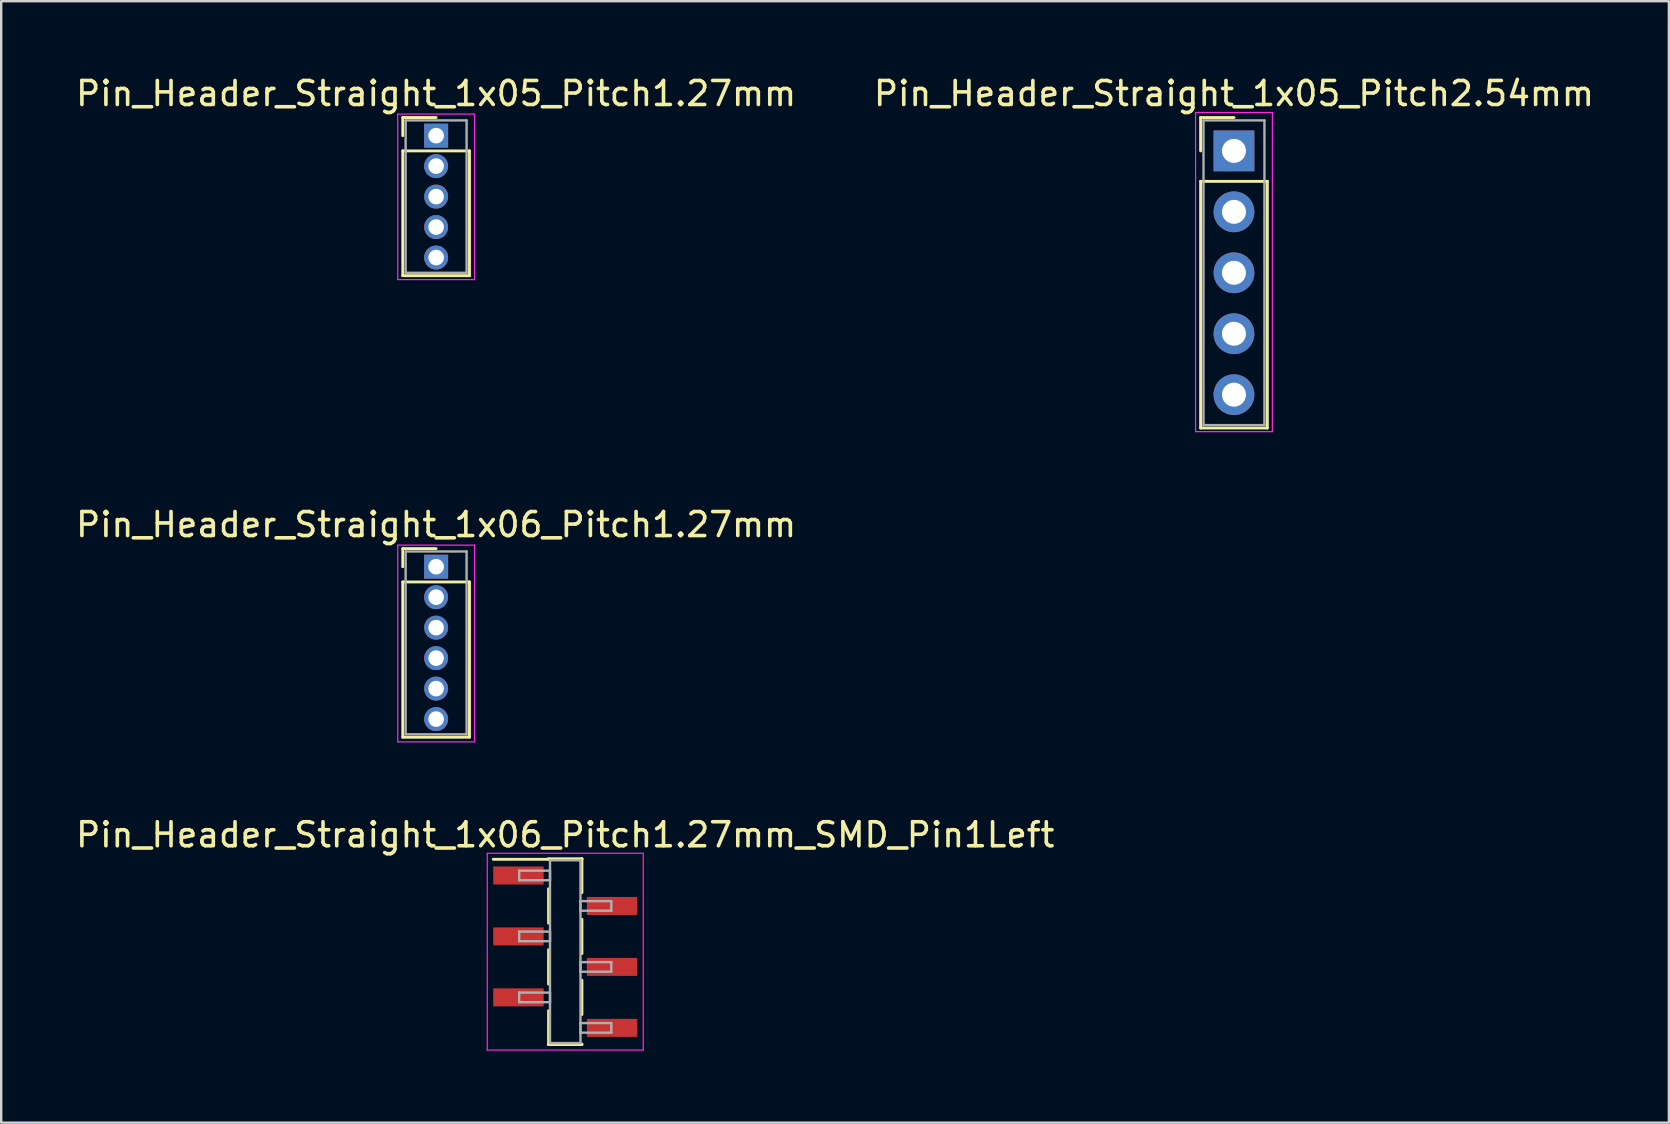
<source format=kicad_pcb>
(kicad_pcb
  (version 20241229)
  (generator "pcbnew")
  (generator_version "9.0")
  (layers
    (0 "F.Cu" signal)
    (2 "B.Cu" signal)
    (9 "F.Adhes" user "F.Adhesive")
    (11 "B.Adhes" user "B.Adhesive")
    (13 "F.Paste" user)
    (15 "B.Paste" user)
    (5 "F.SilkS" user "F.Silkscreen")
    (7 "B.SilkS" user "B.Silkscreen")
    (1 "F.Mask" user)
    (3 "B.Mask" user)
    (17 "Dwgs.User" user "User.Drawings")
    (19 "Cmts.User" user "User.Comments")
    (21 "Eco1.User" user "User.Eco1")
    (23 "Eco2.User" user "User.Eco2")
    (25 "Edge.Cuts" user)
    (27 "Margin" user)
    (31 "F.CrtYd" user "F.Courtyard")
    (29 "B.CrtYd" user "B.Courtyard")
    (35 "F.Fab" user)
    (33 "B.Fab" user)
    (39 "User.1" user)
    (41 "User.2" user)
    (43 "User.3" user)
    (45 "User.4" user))
  (footprint "Pin_Header_Straight_1x05_Pitch2.54mm"
    (layer "F.Cu")
    (at 48.375 3.238)
    (property "Reference" "Pin_Header_Straight_1x05_Pitch2.54mm" (at 0 -2.39 0) (layer "F.SilkS") (effects (font (size 1 1) (thickness 0.15))))
    (attr through_hole)
    (fp_line (start -1.39 -1.39) (end 0 -1.39) (stroke (width 0.12) (type solid)) (layer "F.SilkS"))
    (fp_line (start -1.39 0) (end -1.39 -1.39) (stroke (width 0.12) (type solid)) (layer "F.SilkS"))
    (fp_line (start -1.39 1.27) (end -1.39 11.55) (stroke (width 0.12) (type solid)) (layer "F.SilkS"))
    (fp_line (start -1.39 11.55) (end 1.39 11.55) (stroke (width 0.12) (type solid)) (layer "F.SilkS"))
    (fp_line (start 1.39 1.27) (end -1.39 1.27) (stroke (width 0.12) (type solid)) (layer "F.SilkS"))
    (fp_line (start 1.39 11.55) (end 1.39 1.27) (stroke (width 0.12) (type solid)) (layer "F.SilkS"))
    (fp_line (start -1.6 -1.6) (end -1.6 11.7) (stroke (width 0.05) (type solid)) (layer "F.CrtYd"))
    (fp_line (start -1.6 11.7) (end 1.6 11.7) (stroke (width 0.05) (type solid)) (layer "F.CrtYd"))
    (fp_line (start 1.6 -1.6) (end -1.6 -1.6) (stroke (width 0.05) (type solid)) (layer "F.CrtYd"))
    (fp_line (start 1.6 11.7) (end 1.6 -1.6) (stroke (width 0.05) (type solid)) (layer "F.CrtYd"))
    (fp_line (start -1.27 -1.27) (end -1.27 11.43) (stroke (width 0.1) (type solid)) (layer "F.Fab"))
    (fp_line (start -1.27 11.43) (end 1.27 11.43) (stroke (width 0.1) (type solid)) (layer "F.Fab"))
    (fp_line (start 1.27 -1.27) (end -1.27 -1.27) (stroke (width 0.1) (type solid)) (layer "F.Fab"))
    (fp_line (start 1.27 11.43) (end 1.27 -1.27) (stroke (width 0.1) (type solid)) (layer "F.Fab"))
    (pad "1" thru_hole rect (at 0 0) (size 1.7 1.7) (drill 1) (layers "*.Cu" "*.Mask"))
    (pad "2" thru_hole oval (at 0 2.54) (size 1.7 1.7) (drill 1) (layers "*.Cu" "*.Mask"))
    (pad "3" thru_hole oval (at 0 5.08) (size 1.7 1.7) (drill 1) (layers "*.Cu" "*.Mask"))
    (pad "4" thru_hole oval (at 0 7.62) (size 1.7 1.7) (drill 1) (layers "*.Cu" "*.Mask"))
    (pad "5" thru_hole oval (at 0 10.16) (size 1.7 1.7) (drill 1) (layers "*.Cu" "*.Mask")))
  (footprint "Pin_Header_Straight_1x06_Pitch1.27mm"
    (layer "F.Cu")
    (at 15.125 20.567)
    (property "Reference" "Pin_Header_Straight_1x06_Pitch1.27mm" (at 0 -1.755 0) (layer "F.SilkS") (effects (font (size 1 1) (thickness 0.15))))
    (attr through_hole)
    (fp_line (start -1.39 -0.755) (end 0 -0.755) (stroke (width 0.12) (type solid)) (layer "F.SilkS"))
    (fp_line (start -1.39 0) (end -1.39 -0.755) (stroke (width 0.12) (type solid)) (layer "F.SilkS"))
    (fp_line (start -1.39 0.635) (end -1.39 7.105) (stroke (width 0.12) (type solid)) (layer "F.SilkS"))
    (fp_line (start -1.39 7.105) (end 1.39 7.105) (stroke (width 0.12) (type solid)) (layer "F.SilkS"))
    (fp_line (start 1.39 0.635) (end -1.39 0.635) (stroke (width 0.12) (type solid)) (layer "F.SilkS"))
    (fp_line (start 1.39 7.105) (end 1.39 0.635) (stroke (width 0.12) (type solid)) (layer "F.SilkS"))
    (fp_line (start -1.6 -0.9) (end -1.6 7.3) (stroke (width 0.05) (type solid)) (layer "F.CrtYd"))
    (fp_line (start -1.6 7.3) (end 1.6 7.3) (stroke (width 0.05) (type solid)) (layer "F.CrtYd"))
    (fp_line (start 1.6 -0.9) (end -1.6 -0.9) (stroke (width 0.05) (type solid)) (layer "F.CrtYd"))
    (fp_line (start 1.6 7.3) (end 1.6 -0.9) (stroke (width 0.05) (type solid)) (layer "F.CrtYd"))
    (fp_line (start -1.27 -0.635) (end -1.27 6.985) (stroke (width 0.1) (type solid)) (layer "F.Fab"))
    (fp_line (start -1.27 6.985) (end 1.27 6.985) (stroke (width 0.1) (type solid)) (layer "F.Fab"))
    (fp_line (start 1.27 -0.635) (end -1.27 -0.635) (stroke (width 0.1) (type solid)) (layer "F.Fab"))
    (fp_line (start 1.27 6.985) (end 1.27 -0.635) (stroke (width 0.1) (type solid)) (layer "F.Fab"))
    (pad "1" thru_hole rect (at 0 0) (size 1 1) (drill 0.65) (layers "*.Cu" "*.Mask"))
    (pad "2" thru_hole oval (at 0 1.27) (size 1 1) (drill 0.65) (layers "*.Cu" "*.Mask"))
    (pad "3" thru_hole oval (at 0 2.54) (size 1 1) (drill 0.65) (layers "*.Cu" "*.Mask"))
    (pad "4" thru_hole oval (at 0 3.81) (size 1 1) (drill 0.65) (layers "*.Cu" "*.Mask"))
    (pad "5" thru_hole oval (at 0 5.08) (size 1 1) (drill 0.65) (layers "*.Cu" "*.Mask"))
    (pad "6" thru_hole oval (at 0 6.35) (size 1 1) (drill 0.65) (layers "*.Cu" "*.Mask")))
  (footprint "Pin_Header_Straight_1x05_Pitch1.27mm"
    (layer "F.Cu")
    (at 15.125 2.603)
    (property "Reference" "Pin_Header_Straight_1x05_Pitch1.27mm" (at 0 -1.755 0) (layer "F.SilkS") (effects (font (size 1 1) (thickness 0.15))))
    (attr through_hole)
    (fp_line (start -1.39 -0.755) (end 0 -0.755) (stroke (width 0.12) (type solid)) (layer "F.SilkS"))
    (fp_line (start -1.39 0) (end -1.39 -0.755) (stroke (width 0.12) (type solid)) (layer "F.SilkS"))
    (fp_line (start -1.39 0.635) (end -1.39 5.835) (stroke (width 0.12) (type solid)) (layer "F.SilkS"))
    (fp_line (start -1.39 5.835) (end 1.39 5.835) (stroke (width 0.12) (type solid)) (layer "F.SilkS"))
    (fp_line (start 1.39 0.635) (end -1.39 0.635) (stroke (width 0.12) (type solid)) (layer "F.SilkS"))
    (fp_line (start 1.39 5.835) (end 1.39 0.635) (stroke (width 0.12) (type solid)) (layer "F.SilkS"))
    (fp_line (start -1.6 -0.9) (end -1.6 6) (stroke (width 0.05) (type solid)) (layer "F.CrtYd"))
    (fp_line (start -1.6 6) (end 1.6 6) (stroke (width 0.05) (type solid)) (layer "F.CrtYd"))
    (fp_line (start 1.6 -0.9) (end -1.6 -0.9) (stroke (width 0.05) (type solid)) (layer "F.CrtYd"))
    (fp_line (start 1.6 6) (end 1.6 -0.9) (stroke (width 0.05) (type solid)) (layer "F.CrtYd"))
    (fp_line (start -1.27 -0.635) (end -1.27 5.715) (stroke (width 0.1) (type solid)) (layer "F.Fab"))
    (fp_line (start -1.27 5.715) (end 1.27 5.715) (stroke (width 0.1) (type solid)) (layer "F.Fab"))
    (fp_line (start 1.27 -0.635) (end -1.27 -0.635) (stroke (width 0.1) (type solid)) (layer "F.Fab"))
    (fp_line (start 1.27 5.715) (end 1.27 -0.635) (stroke (width 0.1) (type solid)) (layer "F.Fab"))
    (pad "1" thru_hole rect (at 0 0) (size 1 1) (drill 0.65) (layers "*.Cu" "*.Mask"))
    (pad "2" thru_hole oval (at 0 1.27) (size 1 1) (drill 0.65) (layers "*.Cu" "*.Mask"))
    (pad "3" thru_hole oval (at 0 2.54) (size 1 1) (drill 0.65) (layers "*.Cu" "*.Mask"))
    (pad "4" thru_hole oval (at 0 3.81) (size 1 1) (drill 0.65) (layers "*.Cu" "*.Mask"))
    (pad "5" thru_hole oval (at 0 5.08) (size 1 1) (drill 0.65) (layers "*.Cu" "*.Mask")))
  (footprint "Pin_Header_Straight_1x06_Pitch1.27mm_SMD_Pin1Left"
    (layer "F.Cu")
    (at 20.506 36.61)
    (property "Reference" "Pin_Header_Straight_1x06_Pitch1.27mm_SMD_Pin1Left" (at 0 -4.87 0) (layer "F.SilkS") (effects (font (size 1 1) (thickness 0.15))))
    (attr smd)
    (fp_line (start -0.695 -3.87) (end 0.695 -3.87) (stroke (width 0.12) (type solid)) (layer "F.SilkS"))
    (fp_line (start -0.695 -3.85) (end -3 -3.85) (stroke (width 0.12) (type solid)) (layer "F.SilkS"))
    (fp_line (start -0.695 -3.85) (end -0.695 -3.87) (stroke (width 0.12) (type solid)) (layer "F.SilkS"))
    (fp_line (start -0.695 -2.62) (end -0.695 -1.19) (stroke (width 0.12) (type solid)) (layer "F.SilkS"))
    (fp_line (start -0.695 -0.08) (end -0.695 1.35) (stroke (width 0.12) (type solid)) (layer "F.SilkS"))
    (fp_line (start -0.695 2.46) (end -0.695 3.87) (stroke (width 0.12) (type solid)) (layer "F.SilkS"))
    (fp_line (start -0.695 3.85) (end -0.695 3.87) (stroke (width 0.12) (type solid)) (layer "F.SilkS"))
    (fp_line (start -0.695 3.87) (end 0.695 3.87) (stroke (width 0.12) (type solid)) (layer "F.SilkS"))
    (fp_line (start 0.695 -3.87) (end 0.695 -3.85) (stroke (width 0.12) (type solid)) (layer "F.SilkS"))
    (fp_line (start 0.695 -3.87) (end 0.695 -2.46) (stroke (width 0.12) (type solid)) (layer "F.SilkS"))
    (fp_line (start 0.695 -1.35) (end 0.695 0.08) (stroke (width 0.12) (type solid)) (layer "F.SilkS"))
    (fp_line (start 0.695 1.19) (end 0.695 2.62) (stroke (width 0.12) (type solid)) (layer "F.SilkS"))
    (fp_line (start 0.695 3.87) (end 0.695 3.85) (stroke (width 0.12) (type solid)) (layer "F.SilkS"))
    (fp_line (start -3.25 -4.1) (end -3.25 4.1) (stroke (width 0.05) (type solid)) (layer "F.CrtYd"))
    (fp_line (start -3.25 4.1) (end 3.25 4.1) (stroke (width 0.05) (type solid)) (layer "F.CrtYd"))
    (fp_line (start 3.25 -4.1) (end -3.25 -4.1) (stroke (width 0.05) (type solid)) (layer "F.CrtYd"))
    (fp_line (start 3.25 4.1) (end 3.25 -4.1) (stroke (width 0.05) (type solid)) (layer "F.CrtYd"))
    (fp_line (start -1.92 -3.375) (end -0.635 -3.375) (stroke (width 0.1) (type solid)) (layer "F.Fab"))
    (fp_line (start -1.92 -2.975) (end -1.92 -3.375) (stroke (width 0.1) (type solid)) (layer "F.Fab"))
    (fp_line (start -1.92 -0.835) (end -0.635 -0.835) (stroke (width 0.1) (type solid)) (layer "F.Fab"))
    (fp_line (start -1.92 -0.435) (end -1.92 -0.835) (stroke (width 0.1) (type solid)) (layer "F.Fab"))
    (fp_line (start -1.92 1.705) (end -0.635 1.705) (stroke (width 0.1) (type solid)) (layer "F.Fab"))
    (fp_line (start -1.92 2.105) (end -1.92 1.705) (stroke (width 0.1) (type solid)) (layer "F.Fab"))
    (fp_line (start -0.635 -3.81) (end -0.635 3.81) (stroke (width 0.1) (type solid)) (layer "F.Fab"))
    (fp_line (start -0.635 -3.375) (end -0.635 -2.975) (stroke (width 0.1) (type solid)) (layer "F.Fab"))
    (fp_line (start -0.635 -2.975) (end -1.92 -2.975) (stroke (width 0.1) (type solid)) (layer "F.Fab"))
    (fp_line (start -0.635 -0.835) (end -0.635 -0.435) (stroke (width 0.1) (type solid)) (layer "F.Fab"))
    (fp_line (start -0.635 -0.435) (end -1.92 -0.435) (stroke (width 0.1) (type solid)) (layer "F.Fab"))
    (fp_line (start -0.635 1.705) (end -0.635 2.105) (stroke (width 0.1) (type solid)) (layer "F.Fab"))
    (fp_line (start -0.635 2.105) (end -1.92 2.105) (stroke (width 0.1) (type solid)) (layer "F.Fab"))
    (fp_line (start -0.635 3.81) (end 0.635 3.81) (stroke (width 0.1) (type solid)) (layer "F.Fab"))
    (fp_line (start 0.635 -3.81) (end -0.635 -3.81) (stroke (width 0.1) (type solid)) (layer "F.Fab"))
    (fp_line (start 0.635 -2.105) (end 0.635 -1.705) (stroke (width 0.1) (type solid)) (layer "F.Fab"))
    (fp_line (start 0.635 -1.705) (end 1.92 -1.705) (stroke (width 0.1) (type solid)) (layer "F.Fab"))
    (fp_line (start 0.635 0.435) (end 0.635 0.835) (stroke (width 0.1) (type solid)) (layer "F.Fab"))
    (fp_line (start 0.635 0.835) (end 1.92 0.835) (stroke (width 0.1) (type solid)) (layer "F.Fab"))
    (fp_line (start 0.635 2.975) (end 0.635 3.375) (stroke (width 0.1) (type solid)) (layer "F.Fab"))
    (fp_line (start 0.635 3.375) (end 1.92 3.375) (stroke (width 0.1) (type solid)) (layer "F.Fab"))
    (fp_line (start 0.635 3.81) (end 0.635 -3.81) (stroke (width 0.1) (type solid)) (layer "F.Fab"))
    (fp_line (start 1.92 -2.105) (end 0.635 -2.105) (stroke (width 0.1) (type solid)) (layer "F.Fab"))
    (fp_line (start 1.92 -1.705) (end 1.92 -2.105) (stroke (width 0.1) (type solid)) (layer "F.Fab"))
    (fp_line (start 1.92 0.435) (end 0.635 0.435) (stroke (width 0.1) (type solid)) (layer "F.Fab"))
    (fp_line (start 1.92 0.835) (end 1.92 0.435) (stroke (width 0.1) (type solid)) (layer "F.Fab"))
    (fp_line (start 1.92 2.975) (end 0.635 2.975) (stroke (width 0.1) (type solid)) (layer "F.Fab"))
    (fp_line (start 1.92 3.375) (end 1.92 2.975) (stroke (width 0.1) (type solid)) (layer "F.Fab"))
    (pad "1" smd rect (at -1.95 -3.175) (size 2.1 0.75) (layers "F.Cu" "F.Mask"))
    (pad "2" smd rect (at 1.95 -1.905) (size 2.1 0.75) (layers "F.Cu" "F.Mask"))
    (pad "3" smd rect (at -1.95 -0.635) (size 2.1 0.75) (layers "F.Cu" "F.Mask"))
    (pad "4" smd rect (at 1.95 0.635) (size 2.1 0.75) (layers "F.Cu" "F.Mask"))
    (pad "5" smd rect (at -1.95 1.905) (size 2.1 0.75) (layers "F.Cu" "F.Mask"))
    (pad "6" smd rect (at 1.95 3.175) (size 2.1 0.75) (layers "F.Cu" "F.Mask")))
  (gr_rect
    (start -3 -3)
    (end 66.5 43.735)
    (stroke (width 0.1) (type default))
    (fill no)
    (layer "Edge.Cuts")))
</source>
